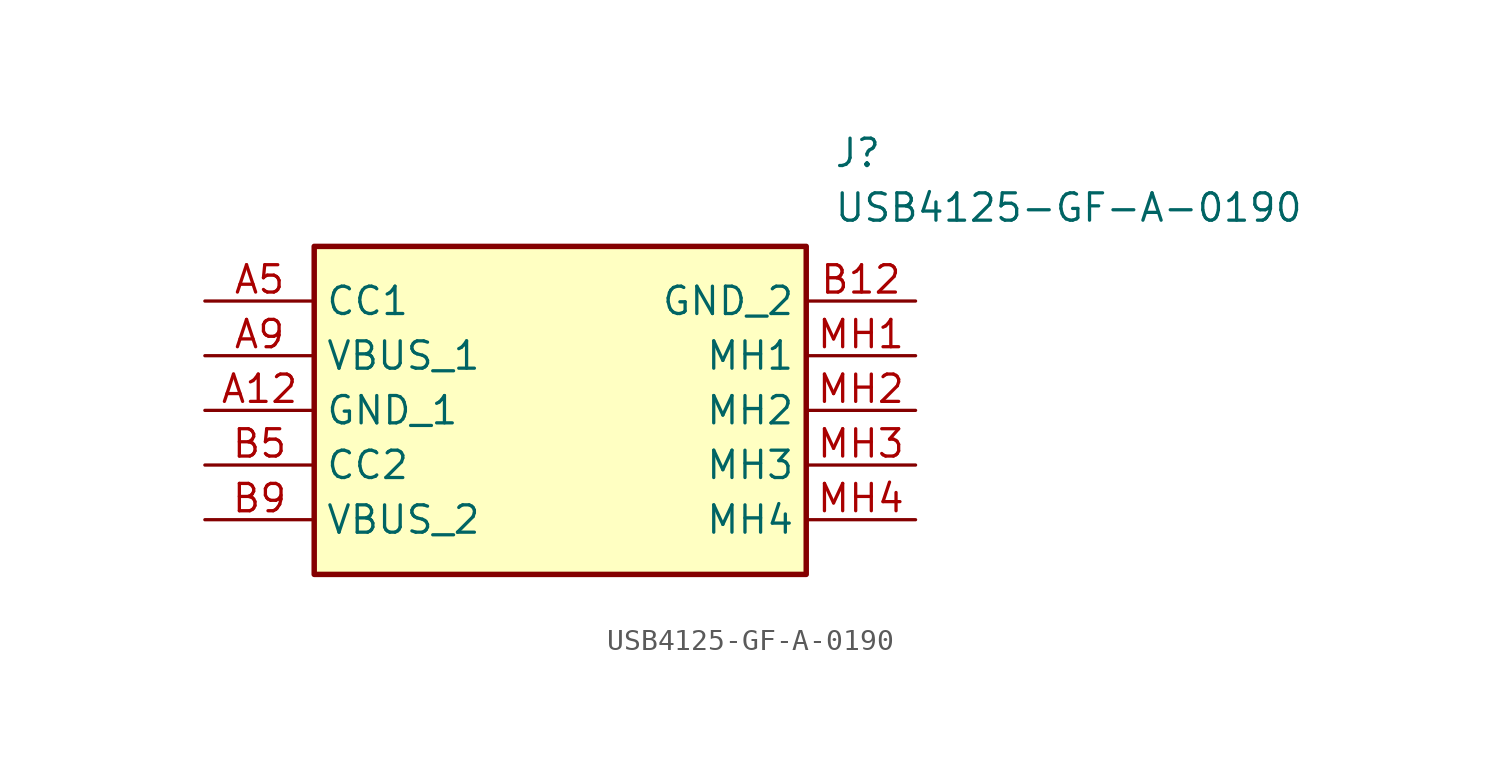
<source format=kicad_sym>
(kicad_symbol_lib
  (version 20211014)
  (generator SamacSys_ECAD_Model)
  (symbol "USB4125-GF-A-0190"
    (property "Reference" "J"
      (at 29.21 7.62 0)
      (effects (font (size 1.27 1.27)) (justify left top)))
    (property "Value" "USB4125-GF-A-0190"
      (at 29.21 5.08 0)
      (effects (font (size 1.27 1.27)) (justify left top)))
    (rectangle
      (start 5.08 2.54)
      (end 27.94 -12.7)
      (stroke (width 0.254) (type default))
      (fill (type background)))
    (pin passive line
      (at 0 0 0)
      (length 5.08)
      (name "CC1" (effects (font (size 1.27 1.27))))
      (number "A5" (effects (font (size 1.27 1.27)))))
    (pin passive line
      (at 0 -2.54 0)
      (length 5.08)
      (name "VBUS_1" (effects (font (size 1.27 1.27))))
      (number "A9" (effects (font (size 1.27 1.27)))))
    (pin passive line
      (at 0 -5.08 0)
      (length 5.08)
      (name "GND_1" (effects (font (size 1.27 1.27))))
      (number "A12" (effects (font (size 1.27 1.27)))))
    (pin passive line
      (at 0 -7.62 0)
      (length 5.08)
      (name "CC2" (effects (font (size 1.27 1.27))))
      (number "B5" (effects (font (size 1.27 1.27)))))
    (pin passive line
      (at 0 -10.16 0)
      (length 5.08)
      (name "VBUS_2" (effects (font (size 1.27 1.27))))
      (number "B9" (effects (font (size 1.27 1.27)))))
    (pin passive line
      (at 33.02 0 180)
      (length 5.08)
      (name "GND_2" (effects (font (size 1.27 1.27))))
      (number "B12" (effects (font (size 1.27 1.27)))))
    (pin passive line
      (at 33.02 -2.54 180)
      (length 5.08)
      (name "MH1" (effects (font (size 1.27 1.27))))
      (number "MH1" (effects (font (size 1.27 1.27)))))
    (pin passive line
      (at 33.02 -5.08 180)
      (length 5.08)
      (name "MH2" (effects (font (size 1.27 1.27))))
      (number "MH2" (effects (font (size 1.27 1.27)))))
    (pin passive line
      (at 33.02 -7.62 180)
      (length 5.08)
      (name "MH3" (effects (font (size 1.27 1.27))))
      (number "MH3" (effects (font (size 1.27 1.27)))))
    (pin passive line
      (at 33.02 -10.16 180)
      (length 5.08)
      (name "MH4" (effects (font (size 1.27 1.27))))
      (number "MH4" (effects (font (size 1.27 1.27)))))))
</source>
